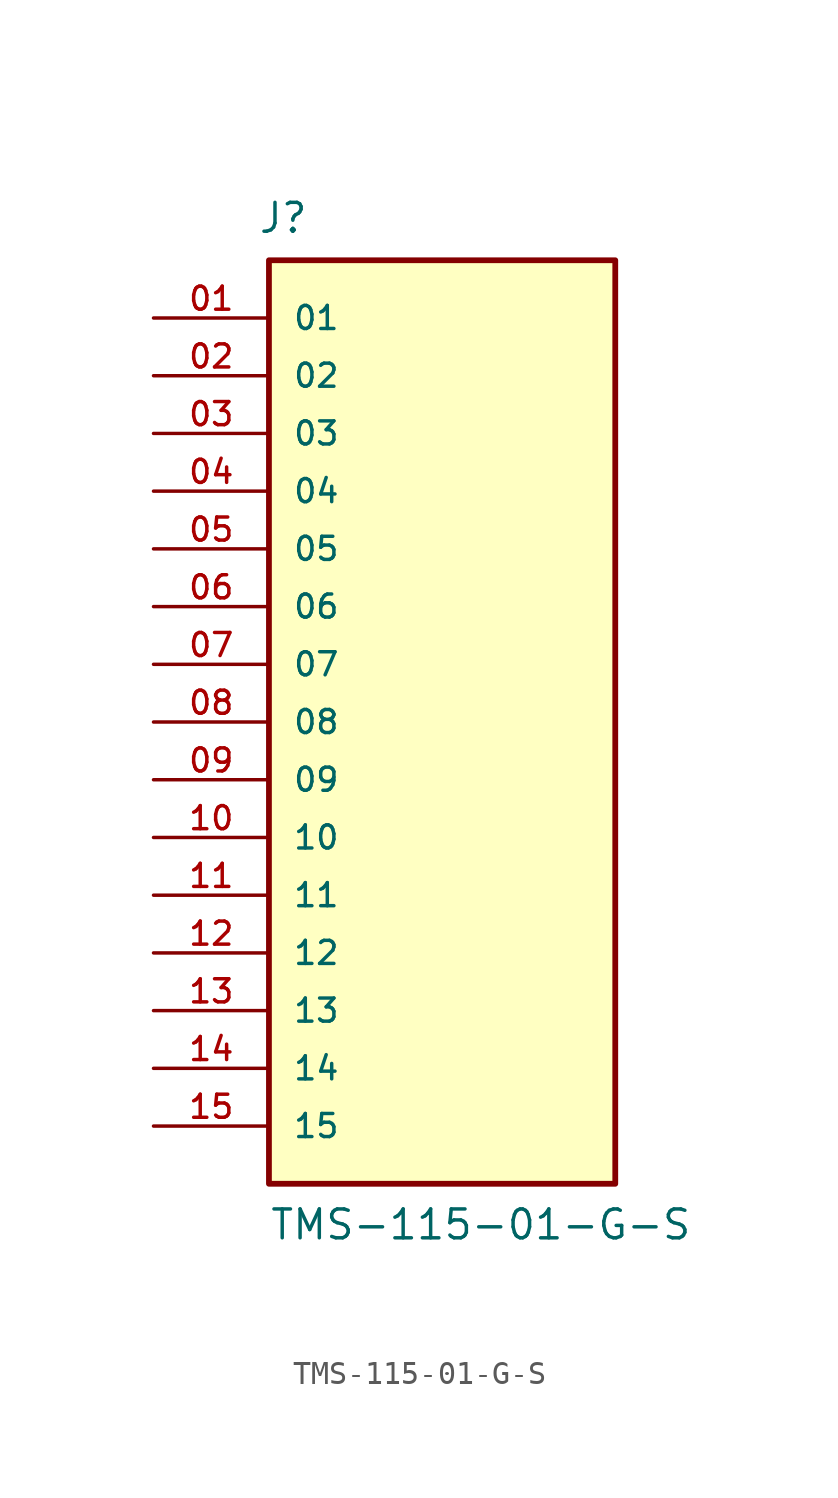
<source format=kicad_sym>
(kicad_symbol_lib
  (version 20211014)
  (generator kicad_symbol_editor)
  (symbol "TMS-115-01-G-S"
    (pin_names
      (offset 1.016))
    (property "Reference" "J"
      (at -8.12 21.436 0)
      (effects (font (size 1.27 1.27)) (justify bottom left)))
    (property "Value" "TMS-115-01-G-S"
      (at -7.62 -22.86 0)
      (effects (font (size 1.27 1.27)) (justify bottom left)))
    (symbol "TMS-115-01-G-S_0_0"
      (rectangle (start -7.62 -20.32) (end 7.62 20.32) (stroke (width 0.254)) (fill (type background)))
      (pin passive line (at -12.7 17.78 0) (length 5.08) (name "01" (effects (font (size 1.016 1.016)))) (number "01" (effects (font (size 1.016 1.016)))))
      (pin passive line (at -12.7 15.24 0) (length 5.08) (name "02" (effects (font (size 1.016 1.016)))) (number "02" (effects (font (size 1.016 1.016)))))
      (pin passive line (at -12.7 12.7 0) (length 5.08) (name "03" (effects (font (size 1.016 1.016)))) (number "03" (effects (font (size 1.016 1.016)))))
      (pin passive line (at -12.7 10.16 0) (length 5.08) (name "04" (effects (font (size 1.016 1.016)))) (number "04" (effects (font (size 1.016 1.016)))))
      (pin passive line (at -12.7 7.62 0) (length 5.08) (name "05" (effects (font (size 1.016 1.016)))) (number "05" (effects (font (size 1.016 1.016)))))
      (pin passive line (at -12.7 5.08 0) (length 5.08) (name "06" (effects (font (size 1.016 1.016)))) (number "06" (effects (font (size 1.016 1.016)))))
      (pin passive line (at -12.7 2.54 0) (length 5.08) (name "07" (effects (font (size 1.016 1.016)))) (number "07" (effects (font (size 1.016 1.016)))))
      (pin passive line (at -12.7 0.0 0) (length 5.08) (name "08" (effects (font (size 1.016 1.016)))) (number "08" (effects (font (size 1.016 1.016)))))
      (pin passive line (at -12.7 -2.54 0) (length 5.08) (name "09" (effects (font (size 1.016 1.016)))) (number "09" (effects (font (size 1.016 1.016)))))
      (pin passive line (at -12.7 -5.08 0) (length 5.08) (name "10" (effects (font (size 1.016 1.016)))) (number "10" (effects (font (size 1.016 1.016)))))
      (pin passive line (at -12.7 -7.62 0) (length 5.08) (name "11" (effects (font (size 1.016 1.016)))) (number "11" (effects (font (size 1.016 1.016)))))
      (pin passive line (at -12.7 -10.16 0) (length 5.08) (name "12" (effects (font (size 1.016 1.016)))) (number "12" (effects (font (size 1.016 1.016)))))
      (pin passive line (at -12.7 -12.7 0) (length 5.08) (name "13" (effects (font (size 1.016 1.016)))) (number "13" (effects (font (size 1.016 1.016)))))
      (pin passive line (at -12.7 -15.24 0) (length 5.08) (name "14" (effects (font (size 1.016 1.016)))) (number "14" (effects (font (size 1.016 1.016)))))
      (pin passive line (at -12.7 -17.78 0) (length 5.08) (name "15" (effects (font (size 1.016 1.016)))) (number "15" (effects (font (size 1.016 1.016))))))))
</source>
